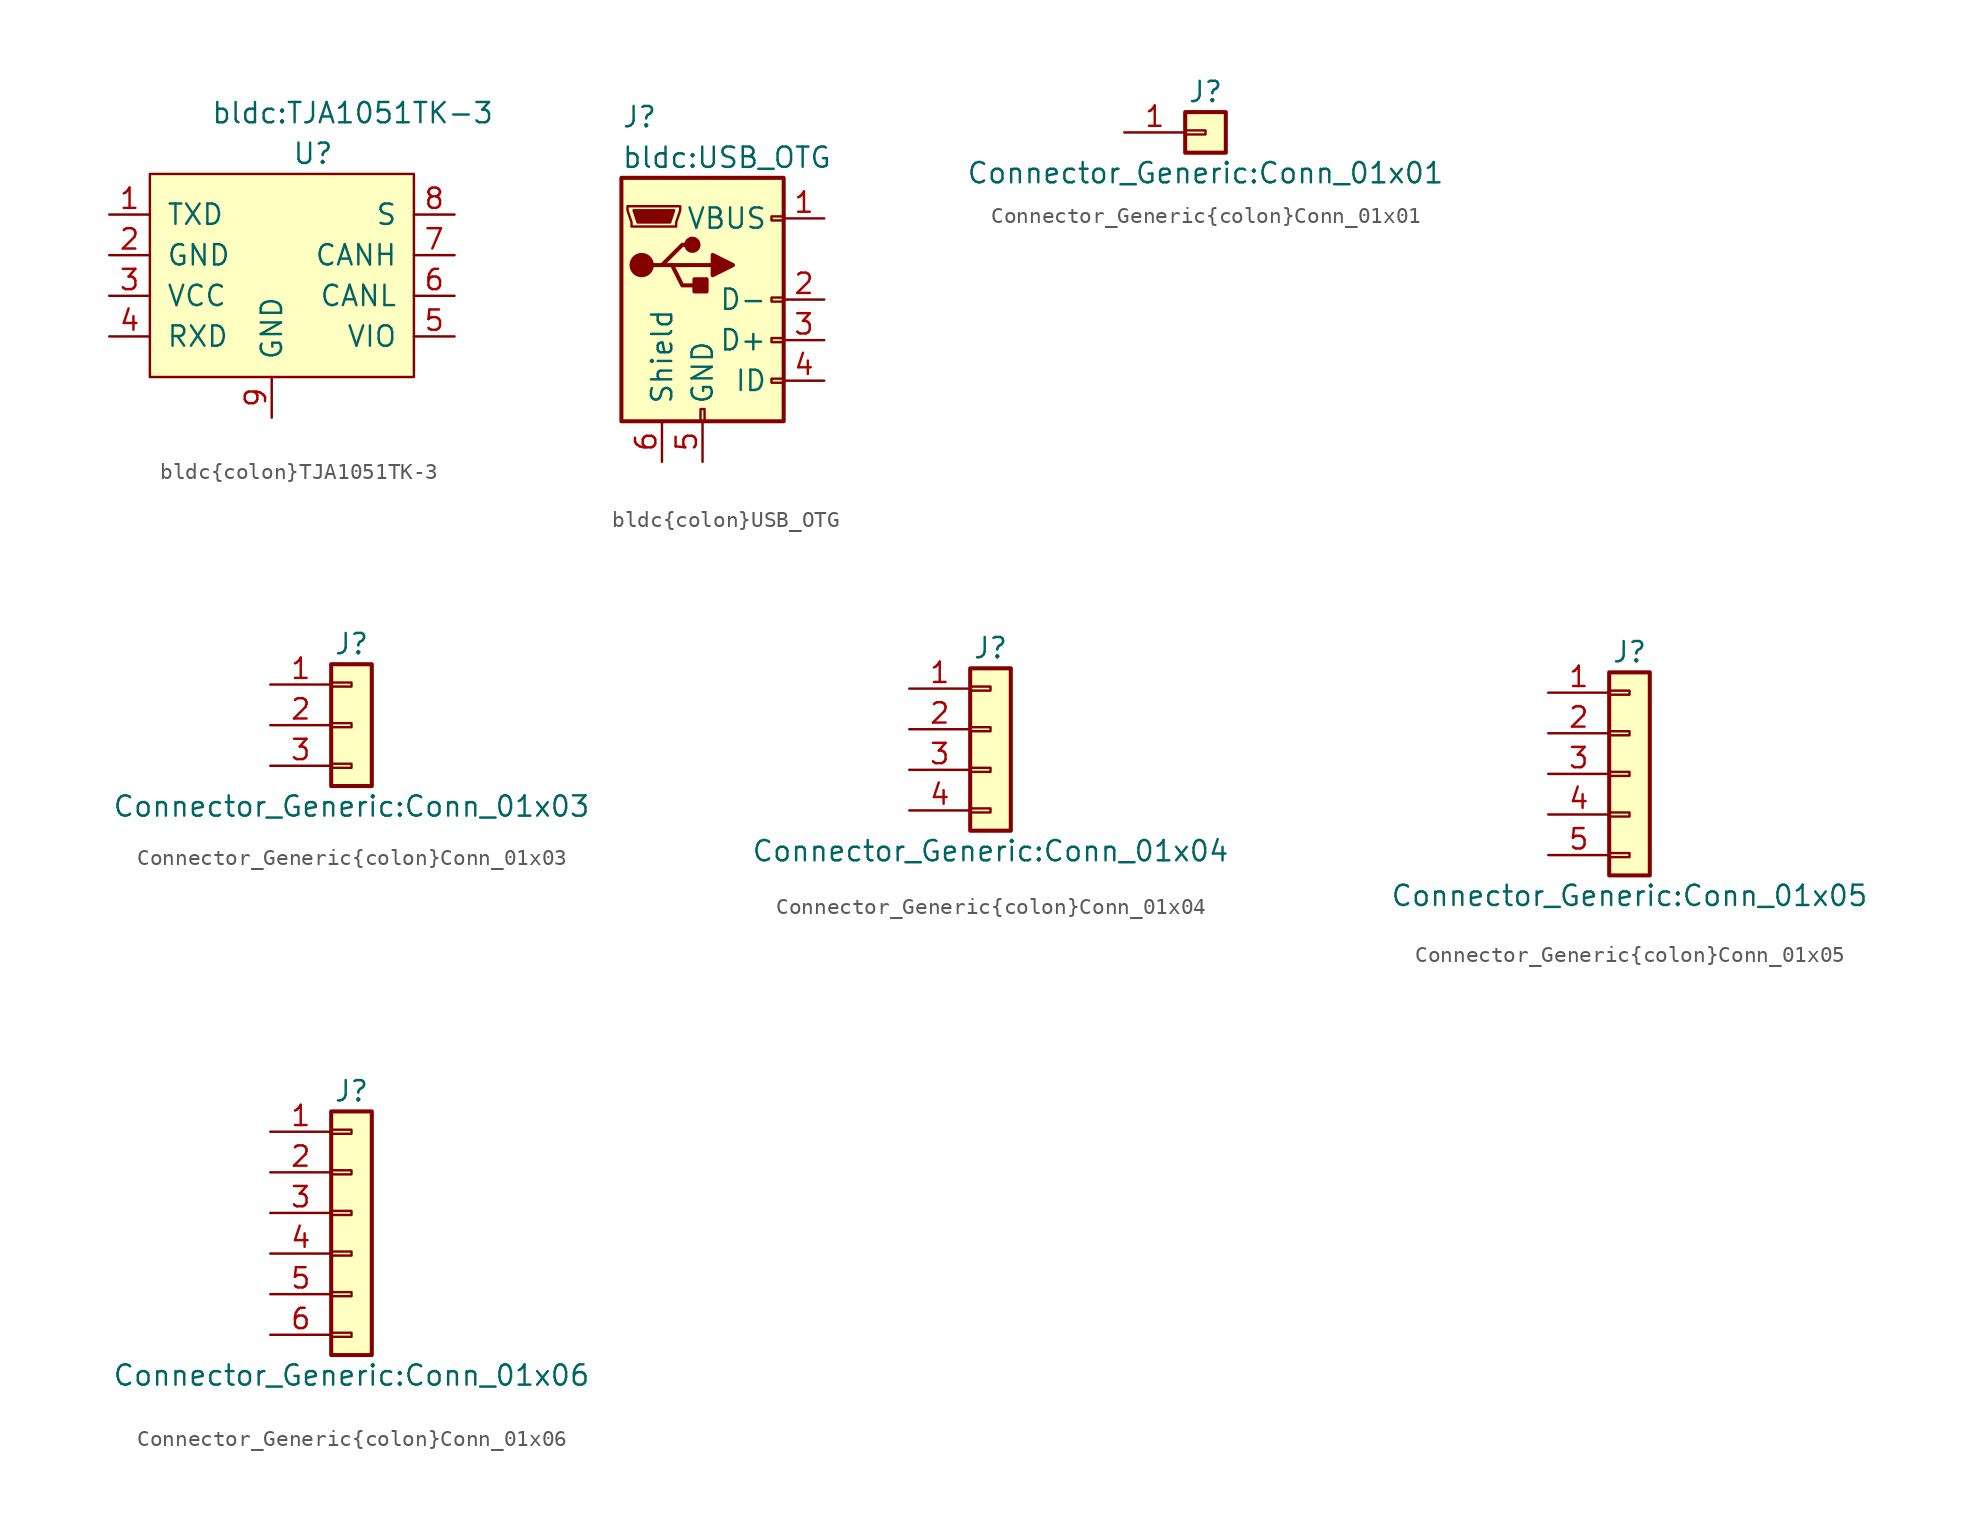
<source format=kicad_sym>
(kicad_symbol_lib
  (version 20231120)
  (generator "kicad_symbol_editor")
  (generator_version "8.0")
  (symbol "bldc{colon}TJA1051TK-3"
    (pin_names
      (offset 1.016))
    (property "Reference" "U"
      (at -1.27 8.89 0)
      (effects (font (size 1.27 1.27)) (justify left)))
    (property "Value" "bldc:TJA1051TK-3"
      (at -6.35 11.43 0)
      (effects (font (size 1.27 1.27)) (justify left)))
    (symbol "bldc{colon}TJA1051TK-3_0_1"
      (rectangle (start -10.16 7.62) (end 6.35 -5.08) (stroke (width 0) (type solid)) (fill (type background))))
    (symbol "bldc{colon}TJA1051TK-3_1_1"
      (pin input line (at -12.7 5.08 0) (length 2.54) (name "TXD" (effects (font (size 1.27 1.27)))) (number "1" (effects (font (size 1.27 1.27)))))
      (pin power_in line (at -12.7 2.54 0) (length 2.54) (name "GND" (effects (font (size 1.27 1.27)))) (number "2" (effects (font (size 1.27 1.27)))))
      (pin power_in line (at -12.7 0 0) (length 2.54) (name "VCC" (effects (font (size 1.27 1.27)))) (number "3" (effects (font (size 1.27 1.27)))))
      (pin output line (at -12.7 -2.54 0) (length 2.54) (name "RXD" (effects (font (size 1.27 1.27)))) (number "4" (effects (font (size 1.27 1.27)))))
      (pin power_in line (at 8.89 -2.54 180) (length 2.54) (name "VIO" (effects (font (size 1.27 1.27)))) (number "5" (effects (font (size 1.27 1.27)))))
      (pin bidirectional line (at 8.89 0 180) (length 2.54) (name "CANL" (effects (font (size 1.27 1.27)))) (number "6" (effects (font (size 1.27 1.27)))))
      (pin bidirectional line (at 8.89 2.54 180) (length 2.54) (name "CANH" (effects (font (size 1.27 1.27)))) (number "7" (effects (font (size 1.27 1.27)))))
      (pin input line (at 8.89 5.08 180) (length 2.54) (name "S" (effects (font (size 1.27 1.27)))) (number "8" (effects (font (size 1.27 1.27)))))
      (pin power_in line (at -2.54 -7.62 90) (length 2.54) (name "GND" (effects (font (size 1.27 1.27)))) (number "9" (effects (font (size 1.27 1.27)))))))
  (symbol "bldc{colon}USB_OTG"
    (pin_names
      (offset 1.016))
    (property "Reference" "J"
      (at -5.08 11.43 0)
      (effects (font (size 1.27 1.27)) (justify left)))
    (property "Value" "bldc:USB_OTG"
      (at -5.08 8.89 0)
      (effects (font (size 1.27 1.27)) (justify left)))
    (symbol "bldc{colon}USB_OTG_0_1"
      (rectangle (start -5.08 -7.62) (end 5.08 7.62) (stroke (width 0.254) (type solid)) (fill (type background)))
      (circle (center -3.81 2.159) (radius 0.635) (stroke (width 0.254) (type solid)) (fill (type outline)))
      (circle (center -0.635 3.429) (radius 0.381) (stroke (width 0.254) (type solid)) (fill (type outline)))
      (rectangle (start -0.127 -7.62) (end 0.127 -6.858) (stroke (width 0) (type solid)) (fill (type none)))
      (polyline (pts (xy -1.905 2.159) (xy 0.635 2.159)) (stroke (width 0.254) (type solid)) (fill (type none)))
      (polyline (pts (xy -3.175 2.159) (xy -2.54 2.159) (xy -1.27 3.429) (xy -0.635 3.429)) (stroke (width 0.254) (type solid)) (fill (type none)))
      (polyline (pts (xy -2.54 2.159) (xy -1.905 2.159) (xy -1.27 0.889) (xy 0 0.889)) (stroke (width 0.254) (type solid)) (fill (type none)))
      (polyline (pts (xy 0.635 2.794) (xy 0.635 1.524) (xy 1.905 2.159) (xy 0.635 2.794)) (stroke (width 0.254) (type solid)) (fill (type outline)))
      (polyline (pts (xy -4.318 5.588) (xy -1.778 5.588) (xy -2.032 4.826) (xy -4.064 4.826) (xy -4.318 5.588)) (stroke (width 0) (type solid)) (fill (type outline)))
      (polyline (pts (xy -4.699 5.842) (xy -4.699 5.588) (xy -4.445 4.826) (xy -4.445 4.572) (xy -1.651 4.572) (xy -1.651 4.826) (xy -1.397 5.588) (xy -1.397 5.842) (xy -4.699 5.842)) (stroke (width 0) (type solid)) (fill (type none)))
      (rectangle (start 0.254 1.27) (end -0.508 0.508) (stroke (width 0.254) (type solid)) (fill (type outline)))
      (rectangle (start 5.08 -5.207) (end 4.318 -4.953) (stroke (width 0) (type solid)) (fill (type none)))
      (rectangle (start 5.08 -2.667) (end 4.318 -2.413) (stroke (width 0) (type solid)) (fill (type none)))
      (rectangle (start 5.08 -0.127) (end 4.318 0.127) (stroke (width 0) (type solid)) (fill (type none)))
      (rectangle (start 5.08 4.953) (end 4.318 5.207) (stroke (width 0) (type solid)) (fill (type none))))
    (symbol "bldc{colon}USB_OTG_1_1"
      (pin passive line (at 7.62 5.08 180) (length 2.54) (name "VBUS" (effects (font (size 1.27 1.27)))) (number "1" (effects (font (size 1.27 1.27)))))
      (pin passive line (at 7.62 0 180) (length 2.54) (name "D-" (effects (font (size 1.27 1.27)))) (number "2" (effects (font (size 1.27 1.27)))))
      (pin passive line (at 7.62 -2.54 180) (length 2.54) (name "D+" (effects (font (size 1.27 1.27)))) (number "3" (effects (font (size 1.27 1.27)))))
      (pin passive line (at 7.62 -5.08 180) (length 2.54) (name "ID" (effects (font (size 1.27 1.27)))) (number "4" (effects (font (size 1.27 1.27)))))
      (pin power_in line (at 0 -10.16 90) (length 2.54) (name "GND" (effects (font (size 1.27 1.27)))) (number "5" (effects (font (size 1.27 1.27)))))
      (pin passive line (at -2.54 -10.16 90) (length 2.54) (name "Shield" (effects (font (size 1.27 1.27)))) (number "6" (effects (font (size 1.27 1.27)))))))
  (symbol "Connector_Generic{colon}Conn_01x01"
    (pin_names
      (offset 1.016) hide)
    (property "Reference" "J"
      (at 0 2.54 0)
      (effects (font (size 1.27 1.27))))
    (property "Value" "Connector_Generic:Conn_01x01"
      (at 0 -2.54 0)
      (effects (font (size 1.27 1.27))))
    (symbol "Connector_Generic{colon}Conn_01x01_1_1"
      (rectangle (start -1.27 0.127) (end 0 -0.127) (stroke (width 0.152) (type solid)) (fill (type none)))
      (rectangle (start -1.27 1.27) (end 1.27 -1.27) (stroke (width 0.254) (type solid)) (fill (type background)))
      (pin passive line (at -5.08 0 0) (length 3.81) (name "Pin_1" (effects (font (size 1.27 1.27)))) (number "1" (effects (font (size 1.27 1.27)))))))
  (symbol "Connector_Generic{colon}Conn_01x03"
    (pin_names
      (offset 1.016) hide)
    (property "Reference" "J"
      (at 0 5.08 0)
      (effects (font (size 1.27 1.27))))
    (property "Value" "Connector_Generic:Conn_01x03"
      (at 0 -5.08 0)
      (effects (font (size 1.27 1.27))))
    (symbol "Connector_Generic{colon}Conn_01x03_1_1"
      (rectangle (start -1.27 -2.413) (end 0 -2.667) (stroke (width 0.152) (type solid)) (fill (type none)))
      (rectangle (start -1.27 0.127) (end 0 -0.127) (stroke (width 0.152) (type solid)) (fill (type none)))
      (rectangle (start -1.27 2.667) (end 0 2.413) (stroke (width 0.152) (type solid)) (fill (type none)))
      (rectangle (start -1.27 3.81) (end 1.27 -3.81) (stroke (width 0.254) (type solid)) (fill (type background)))
      (pin passive line (at -5.08 2.54 0) (length 3.81) (name "Pin_1" (effects (font (size 1.27 1.27)))) (number "1" (effects (font (size 1.27 1.27)))))
      (pin passive line (at -5.08 0 0) (length 3.81) (name "Pin_2" (effects (font (size 1.27 1.27)))) (number "2" (effects (font (size 1.27 1.27)))))
      (pin passive line (at -5.08 -2.54 0) (length 3.81) (name "Pin_3" (effects (font (size 1.27 1.27)))) (number "3" (effects (font (size 1.27 1.27)))))))
  (symbol "Connector_Generic{colon}Conn_01x04"
    (pin_names
      (offset 1.016) hide)
    (property "Reference" "J"
      (at 0 5.08 0)
      (effects (font (size 1.27 1.27))))
    (property "Value" "Connector_Generic:Conn_01x04"
      (at 0 -7.62 0)
      (effects (font (size 1.27 1.27))))
    (symbol "Connector_Generic{colon}Conn_01x04_1_1"
      (rectangle (start -1.27 -4.953) (end 0 -5.207) (stroke (width 0.152) (type solid)) (fill (type none)))
      (rectangle (start -1.27 -2.413) (end 0 -2.667) (stroke (width 0.152) (type solid)) (fill (type none)))
      (rectangle (start -1.27 0.127) (end 0 -0.127) (stroke (width 0.152) (type solid)) (fill (type none)))
      (rectangle (start -1.27 2.667) (end 0 2.413) (stroke (width 0.152) (type solid)) (fill (type none)))
      (rectangle (start -1.27 3.81) (end 1.27 -6.35) (stroke (width 0.254) (type solid)) (fill (type background)))
      (pin passive line (at -5.08 2.54 0) (length 3.81) (name "Pin_1" (effects (font (size 1.27 1.27)))) (number "1" (effects (font (size 1.27 1.27)))))
      (pin passive line (at -5.08 0 0) (length 3.81) (name "Pin_2" (effects (font (size 1.27 1.27)))) (number "2" (effects (font (size 1.27 1.27)))))
      (pin passive line (at -5.08 -2.54 0) (length 3.81) (name "Pin_3" (effects (font (size 1.27 1.27)))) (number "3" (effects (font (size 1.27 1.27)))))
      (pin passive line (at -5.08 -5.08 0) (length 3.81) (name "Pin_4" (effects (font (size 1.27 1.27)))) (number "4" (effects (font (size 1.27 1.27)))))))
  (symbol "Connector_Generic{colon}Conn_01x05"
    (pin_names
      (offset 1.016) hide)
    (property "Reference" "J"
      (at 0 7.62 0)
      (effects (font (size 1.27 1.27))))
    (property "Value" "Connector_Generic:Conn_01x05"
      (at 0 -7.62 0)
      (effects (font (size 1.27 1.27))))
    (symbol "Connector_Generic{colon}Conn_01x05_1_1"
      (rectangle (start -1.27 -4.953) (end 0 -5.207) (stroke (width 0.152) (type solid)) (fill (type none)))
      (rectangle (start -1.27 -2.413) (end 0 -2.667) (stroke (width 0.152) (type solid)) (fill (type none)))
      (rectangle (start -1.27 0.127) (end 0 -0.127) (stroke (width 0.152) (type solid)) (fill (type none)))
      (rectangle (start -1.27 2.667) (end 0 2.413) (stroke (width 0.152) (type solid)) (fill (type none)))
      (rectangle (start -1.27 5.207) (end 0 4.953) (stroke (width 0.152) (type solid)) (fill (type none)))
      (rectangle (start -1.27 6.35) (end 1.27 -6.35) (stroke (width 0.254) (type solid)) (fill (type background)))
      (pin passive line (at -5.08 5.08 0) (length 3.81) (name "Pin_1" (effects (font (size 1.27 1.27)))) (number "1" (effects (font (size 1.27 1.27)))))
      (pin passive line (at -5.08 2.54 0) (length 3.81) (name "Pin_2" (effects (font (size 1.27 1.27)))) (number "2" (effects (font (size 1.27 1.27)))))
      (pin passive line (at -5.08 0 0) (length 3.81) (name "Pin_3" (effects (font (size 1.27 1.27)))) (number "3" (effects (font (size 1.27 1.27)))))
      (pin passive line (at -5.08 -2.54 0) (length 3.81) (name "Pin_4" (effects (font (size 1.27 1.27)))) (number "4" (effects (font (size 1.27 1.27)))))
      (pin passive line (at -5.08 -5.08 0) (length 3.81) (name "Pin_5" (effects (font (size 1.27 1.27)))) (number "5" (effects (font (size 1.27 1.27)))))))
  (symbol "Connector_Generic{colon}Conn_01x06"
    (pin_names
      (offset 1.016) hide)
    (property "Reference" "J"
      (at 0 7.62 0)
      (effects (font (size 1.27 1.27))))
    (property "Value" "Connector_Generic:Conn_01x06"
      (at 0 -10.16 0)
      (effects (font (size 1.27 1.27))))
    (symbol "Connector_Generic{colon}Conn_01x06_1_1"
      (rectangle (start -1.27 -7.493) (end 0 -7.747) (stroke (width 0.152) (type solid)) (fill (type none)))
      (rectangle (start -1.27 -4.953) (end 0 -5.207) (stroke (width 0.152) (type solid)) (fill (type none)))
      (rectangle (start -1.27 -2.413) (end 0 -2.667) (stroke (width 0.152) (type solid)) (fill (type none)))
      (rectangle (start -1.27 0.127) (end 0 -0.127) (stroke (width 0.152) (type solid)) (fill (type none)))
      (rectangle (start -1.27 2.667) (end 0 2.413) (stroke (width 0.152) (type solid)) (fill (type none)))
      (rectangle (start -1.27 5.207) (end 0 4.953) (stroke (width 0.152) (type solid)) (fill (type none)))
      (rectangle (start -1.27 6.35) (end 1.27 -8.89) (stroke (width 0.254) (type solid)) (fill (type background)))
      (pin passive line (at -5.08 5.08 0) (length 3.81) (name "Pin_1" (effects (font (size 1.27 1.27)))) (number "1" (effects (font (size 1.27 1.27)))))
      (pin passive line (at -5.08 2.54 0) (length 3.81) (name "Pin_2" (effects (font (size 1.27 1.27)))) (number "2" (effects (font (size 1.27 1.27)))))
      (pin passive line (at -5.08 0 0) (length 3.81) (name "Pin_3" (effects (font (size 1.27 1.27)))) (number "3" (effects (font (size 1.27 1.27)))))
      (pin passive line (at -5.08 -2.54 0) (length 3.81) (name "Pin_4" (effects (font (size 1.27 1.27)))) (number "4" (effects (font (size 1.27 1.27)))))
      (pin passive line (at -5.08 -5.08 0) (length 3.81) (name "Pin_5" (effects (font (size 1.27 1.27)))) (number "5" (effects (font (size 1.27 1.27)))))
      (pin passive line (at -5.08 -7.62 0) (length 3.81) (name "Pin_6" (effects (font (size 1.27 1.27)))) (number "6" (effects (font (size 1.27 1.27))))))))
</source>
